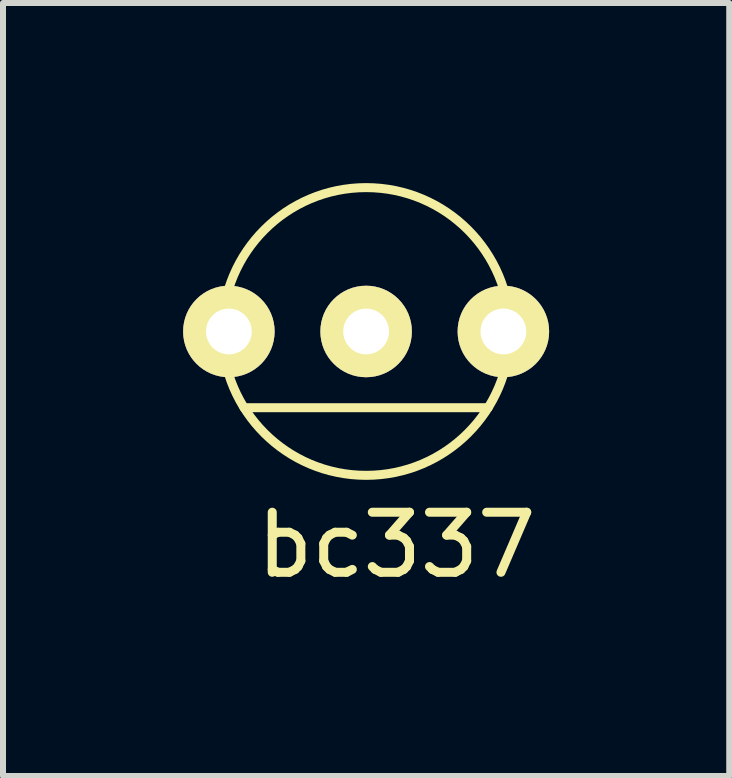
<source format=kicad_pcb>
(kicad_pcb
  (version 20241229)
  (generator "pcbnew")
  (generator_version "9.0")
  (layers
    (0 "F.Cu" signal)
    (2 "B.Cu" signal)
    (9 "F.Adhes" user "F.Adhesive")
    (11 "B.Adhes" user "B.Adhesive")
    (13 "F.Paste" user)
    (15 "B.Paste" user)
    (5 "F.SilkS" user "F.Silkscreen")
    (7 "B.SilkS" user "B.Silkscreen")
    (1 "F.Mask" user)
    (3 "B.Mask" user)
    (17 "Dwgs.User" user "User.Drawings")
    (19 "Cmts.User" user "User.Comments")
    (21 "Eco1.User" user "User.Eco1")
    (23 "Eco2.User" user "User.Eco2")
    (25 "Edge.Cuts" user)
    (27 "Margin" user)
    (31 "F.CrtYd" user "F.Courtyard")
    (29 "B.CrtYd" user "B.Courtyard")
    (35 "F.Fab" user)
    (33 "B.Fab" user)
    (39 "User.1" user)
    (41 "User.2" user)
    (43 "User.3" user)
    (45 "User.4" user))
  (footprint "bc337"
    (layer "F.Cu")
    (at 3.048 2.471)
    (property "Reference" "bc337" (at 0.508 3.556 0) (layer "F.SilkS") (effects (font (size 1 1) (thickness 0.15))))
    (attr through_hole)
    (fp_line (start -2.032 1.27) (end 2.032 1.27) (stroke (width 0.15) (type solid)) (layer "F.SilkS"))
    (fp_circle (center 0 0) (end 2.032 1.27) (stroke (width 0.15) (type solid)) (fill no) (layer "F.SilkS"))
    (pad "1" thru_hole circle (at 0 0) (size 1.524 1.524) (drill 0.762) (layers "*.Cu" "*.Mask" "F.SilkS"))
    (pad "2" thru_hole circle (at 2.286 0) (size 1.524 1.524) (drill 0.762) (layers "*.Cu" "*.Mask" "F.SilkS"))
    (pad "3" thru_hole circle (at -2.286 0) (size 1.524 1.524) (drill 0.762) (layers "*.Cu" "*.Mask" "F.SilkS")))
  (gr_rect
    (start -3 -3)
    (end 9.096 9.875)
    (stroke (width 0.1) (type default))
    (fill no)
    (layer "Edge.Cuts")))
</source>
